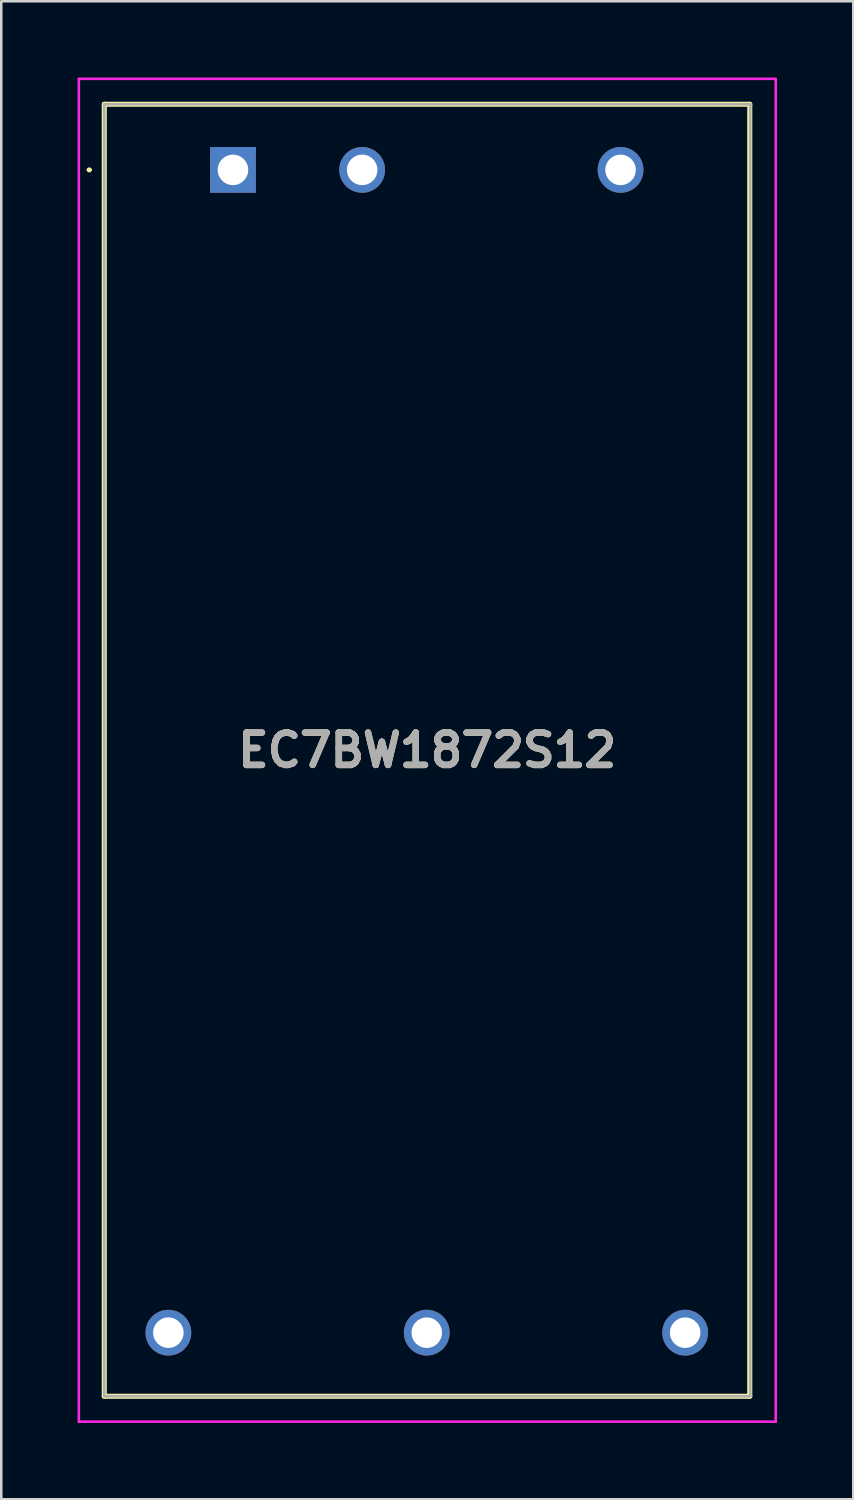
<source format=kicad_pcb>
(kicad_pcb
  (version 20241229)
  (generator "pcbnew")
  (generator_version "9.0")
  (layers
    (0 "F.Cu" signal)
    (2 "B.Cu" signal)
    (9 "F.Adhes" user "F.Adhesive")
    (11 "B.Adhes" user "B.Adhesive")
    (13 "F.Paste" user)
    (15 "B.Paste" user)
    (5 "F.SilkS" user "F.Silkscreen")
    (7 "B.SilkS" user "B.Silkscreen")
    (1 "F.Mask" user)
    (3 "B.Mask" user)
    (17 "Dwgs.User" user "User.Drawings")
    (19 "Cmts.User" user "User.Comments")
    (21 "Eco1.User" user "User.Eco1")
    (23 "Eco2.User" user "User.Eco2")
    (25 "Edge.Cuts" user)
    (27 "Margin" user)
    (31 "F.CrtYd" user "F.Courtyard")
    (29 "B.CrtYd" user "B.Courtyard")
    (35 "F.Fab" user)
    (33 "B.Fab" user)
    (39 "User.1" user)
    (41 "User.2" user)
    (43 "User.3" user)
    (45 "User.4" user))
  (footprint "EC7BW1872S12"
    (layer "F.Cu")
    (at 6.11 3.63)
    (property "Reference" "EC7BW1872S12" (at 7.64 22.82 0) (layer "F.SilkS") (effects (font (size 1.27 1.27) (thickness 0.254))))
    (attr through_hole)
    (fp_line (start -5.7 0) (end -5.7 0) (stroke (width 0.1) (type solid)) (layer "F.SilkS"))
    (fp_line (start -5.6 0) (end -5.6 0) (stroke (width 0.1) (type solid)) (layer "F.SilkS"))
    (fp_line (start -5.06 -2.58) (end -5.06 48.22) (stroke (width 0.2) (type solid)) (layer "F.SilkS"))
    (fp_line (start -5.06 48.22) (end 20.32 48.22) (stroke (width 0.2) (type solid)) (layer "F.SilkS"))
    (fp_line (start 20.32 -2.58) (end -5.06 -2.58) (stroke (width 0.2) (type solid)) (layer "F.SilkS"))
    (fp_line (start 20.32 48.22) (end 20.32 -2.58) (stroke (width 0.2) (type solid)) (layer "F.SilkS"))
    (fp_arc (start -5.7 0) (mid -5.65 -0.05) (end -5.6 0) (stroke (width 0.1) (type solid)) (layer "F.SilkS"))
    (fp_arc (start -5.6 0) (mid -5.65 0.05) (end -5.7 0) (stroke (width 0.1) (type solid)) (layer "F.SilkS"))
    (fp_line (start -6.06 -3.58) (end -6.06 49.22) (stroke (width 0.1) (type solid)) (layer "F.CrtYd"))
    (fp_line (start -6.06 49.22) (end 21.34 49.22) (stroke (width 0.1) (type solid)) (layer "F.CrtYd"))
    (fp_line (start 21.34 -3.58) (end -6.06 -3.58) (stroke (width 0.1) (type solid)) (layer "F.CrtYd"))
    (fp_line (start 21.34 49.22) (end 21.34 -3.58) (stroke (width 0.1) (type solid)) (layer "F.CrtYd"))
    (fp_line (start -5.06 -2.58) (end -5.06 48.22) (stroke (width 0.1) (type solid)) (layer "F.Fab"))
    (fp_line (start -5.06 48.22) (end 20.34 48.22) (stroke (width 0.1) (type solid)) (layer "F.Fab"))
    (fp_line (start 20.34 -2.58) (end -5.06 -2.58) (stroke (width 0.1) (type solid)) (layer "F.Fab"))
    (fp_line (start 20.34 48.22) (end 20.34 -2.58) (stroke (width 0.1) (type solid)) (layer "F.Fab"))
    (fp_text user "${REFERENCE}" (at 7.64 22.82 0) (layer "F.Fab") (effects (font (size 1.27 1.27) (thickness 0.254))))
    (pad "1" thru_hole rect (at 0 0) (size 1.8 1.8) (drill 1.2) (layers "*.Cu" "*.Mask"))
    (pad "2" thru_hole circle (at 5.08 0) (size 1.8 1.8) (drill 1.2) (layers "*.Cu" "*.Mask"))
    (pad "3" thru_hole circle (at -2.54 45.72) (size 1.8 1.8) (drill 1.2) (layers "*.Cu" "*.Mask"))
    (pad "4" thru_hole circle (at 17.78 45.72) (size 1.8 1.8) (drill 1.2) (layers "*.Cu" "*.Mask"))
    (pad "5" thru_hole circle (at 7.62 45.72) (size 1.8 1.8) (drill 1.2) (layers "*.Cu" "*.Mask"))
    (pad "6" thru_hole circle (at 15.24 0) (size 1.8 1.8) (drill 1.2) (layers "*.Cu" "*.Mask")))
  (gr_rect
    (start -3 -3)
    (end 30.5 55.9)
    (stroke (width 0.1) (type default))
    (fill no)
    (layer "Edge.Cuts")))
</source>
